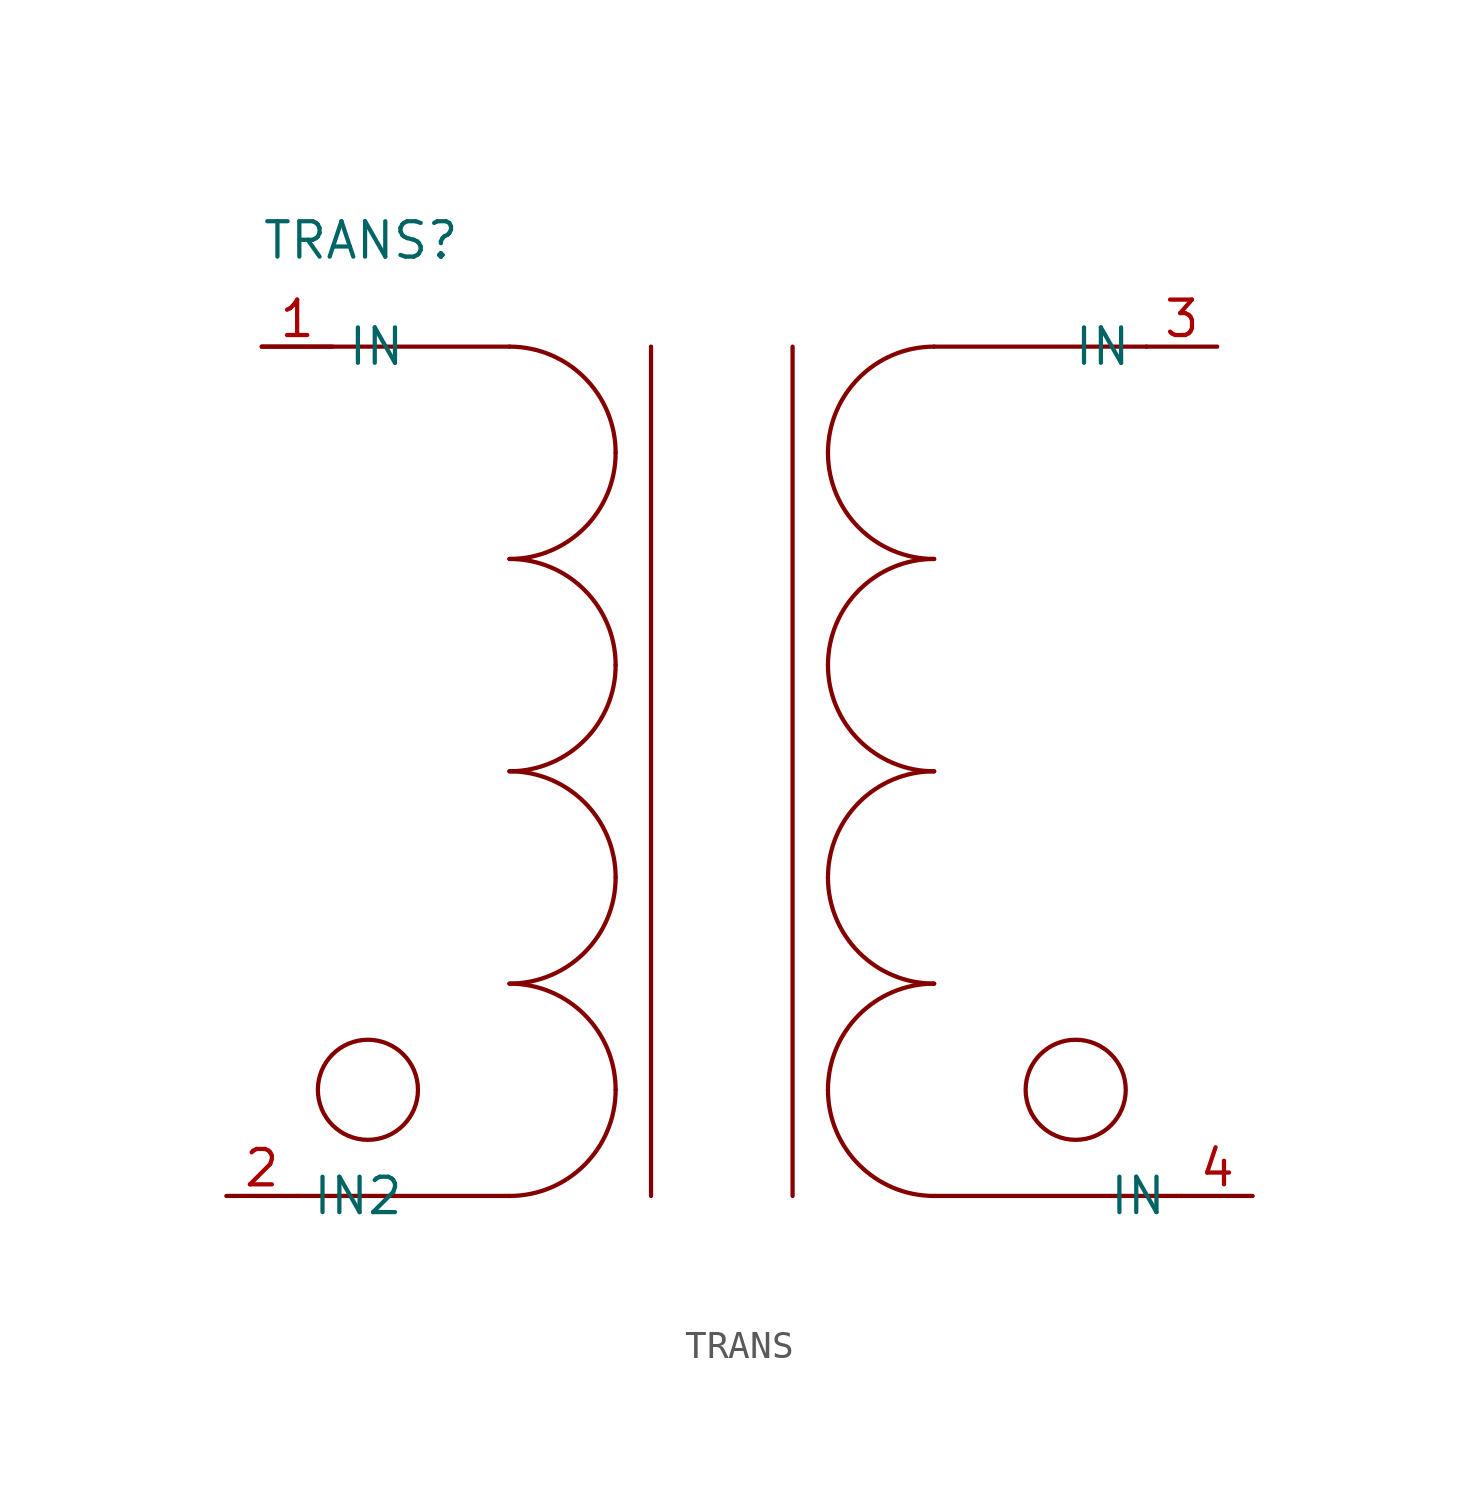
<source format=kicad_sym>
(kicad_symbol_lib
  (version 20241209)
  (generator "kicad_symbol_editor")
  (generator_version "9.0")
  (symbol "TRANS"
    (property "Reference" "TRANS"
      (at -20.574 16.51 0)
      (effects (font (size 1.27 1.27))))
    (property "Value" ""
      (at 0 0 0)
      (effects (font (size 1.27 1.27))))
    (symbol "TRANS_0_1"
      (arc (start -15.2402 12.7002) (mid -12.5461 11.5843) (end -11.4302 8.8902) (stroke (width 0) (type default)) (fill (type none)))
      (arc (start -11.4302 8.8902) (mid -12.5461 6.1961) (end -15.2402 5.0802) (stroke (width 0) (type default)) (fill (type none)))
      (arc (start -15.2402 5.0802) (mid -12.5461 3.9643) (end -11.4302 1.2702) (stroke (width 0) (type default)) (fill (type none)))
      (arc (start -11.4302 1.2702) (mid -12.5461 -1.4239) (end -15.2402 -2.5398) (stroke (width 0) (type default)) (fill (type none)))
      (arc (start -15.2402 -2.5398) (mid -12.5461 -3.6557) (end -11.4302 -6.3498) (stroke (width 0) (type default)) (fill (type none)))
      (arc (start -11.4302 -6.3498) (mid -12.5461 -9.0439) (end -15.2402 -10.1598) (stroke (width 0) (type default)) (fill (type none)))
      (polyline (pts (xy -15.24 -17.78) (xy -22.86 -17.78)) (stroke (width 0) (type default)) (fill (type none)))
      (polyline (pts (xy -15.24 12.7) (xy -24.13 12.7)) (stroke (width 0) (type default)) (fill (type none)))
      (arc (start -15.2401 -10.1599) (mid -12.546 -11.2758) (end -11.4301 -13.9699) (stroke (width 0) (type default)) (fill (type none)))
      (arc (start -11.4301 -13.9699) (mid -12.546 -16.664) (end -15.2401 -17.7799) (stroke (width 0) (type default)) (fill (type none)))
      (arc (start -3.81 8.89) (mid -2.6941 11.5841) (end 0 12.7) (stroke (width 0) (type default)) (fill (type none)))
      (arc (start 0 5.08) (mid -2.6941 6.1959) (end -3.81 8.89) (stroke (width 0) (type default)) (fill (type none)))
      (polyline (pts (xy 0 12.7) (xy 7.62 12.7)) (stroke (width 0) (type default)) (fill (type none)))
      (arc (start -3.8099 1.2699) (mid -2.694 3.964) (end 0.0001 5.0799) (stroke (width 0) (type default)) (fill (type none)))
      (arc (start 0.0001 -2.5401) (mid -2.694 -1.4242) (end -3.8099 1.2699) (stroke (width 0) (type default)) (fill (type none)))
      (arc (start -3.8099 -6.3501) (mid -2.694 -3.656) (end 0.0001 -2.5401) (stroke (width 0) (type default)) (fill (type none)))
      (arc (start 0.0001 -10.1601) (mid -2.694 -9.0442) (end -3.8099 -6.3501) (stroke (width 0) (type default)) (fill (type none)))
      (arc (start -3.8099 -13.9701) (mid -2.694 -11.276) (end 0.0001 -10.1601) (stroke (width 0) (type default)) (fill (type none)))
      (arc (start 0.0001 -17.7801) (mid -2.694 -16.6642) (end -3.8099 -13.9701) (stroke (width 0) (type default)) (fill (type none)))
      (polyline (pts (xy 0 -17.78) (xy 8.89 -17.78)) (stroke (width 0) (type default)) (fill (type none))))
    (symbol "TRANS_1_1"
      (circle (center -20.32 -13.97) (radius 1.796) (stroke (width 0) (type solid)) (fill (type color) (color 0 0 0 0)))
      (polyline (pts (xy -10.16 12.7) (xy -10.16 -17.78)) (stroke (width 0) (type default)) (fill (type none)))
      (polyline (pts (xy -5.08 12.7) (xy -5.08 -17.78)) (stroke (width 0) (type default)) (fill (type none)))
      (circle (center 5.08 -13.97) (radius 1.796) (stroke (width 0) (type solid)) (fill (type color) (color 0 0 0 0)))
      (pin input line (at -25.4 -17.78 0) (length 2.54) (name "IN2" (effects (font (size 1.27 1.27)))) (number "2" (effects (font (size 1.27 1.27)))))
      (pin input line (at -24.13 12.7 0) (length 2.54) (name "IN" (effects (font (size 1.27 1.27)))) (number "1" (effects (font (size 1.27 1.27)))))
      (pin input line (at 10.16 12.7 180) (length 2.54) (name "IN" (effects (font (size 1.27 1.27)))) (number "3" (effects (font (size 1.27 1.27)))))
      (pin input line (at 11.43 -17.78 180) (length 2.54) (name "IN" (effects (font (size 1.27 1.27)))) (number "4" (effects (font (size 1.27 1.27))))))))
</source>
